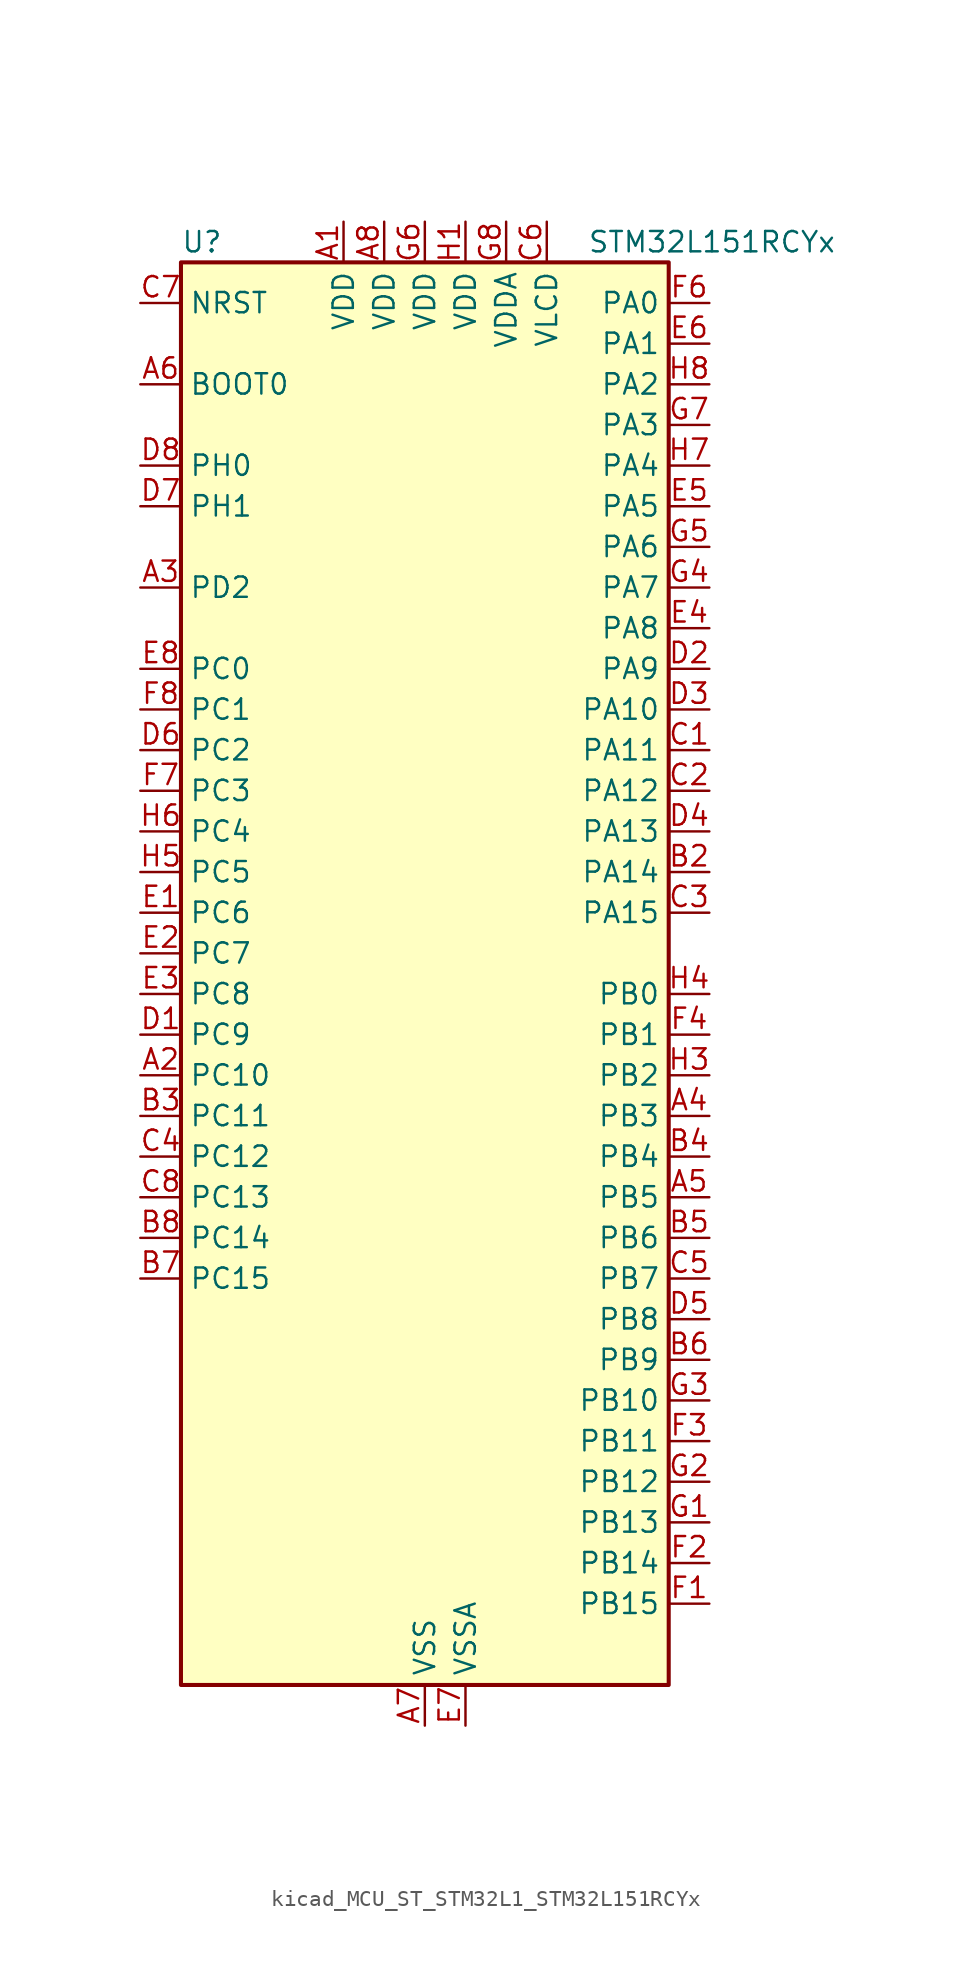
<source format=kicad_sym>
(kicad_symbol_lib
  (version 20220914)
  (generator kicad_symbol_editor)
  (symbol "kicad_MCU_ST_STM32L1_STM32L151RCYx"
    (property "Reference" "U"
      (at -15.24 46.99 0)
      (effects (font (size 1.27 1.27)) (justify left)))
    (property "Value" "STM32L151RCYx"
      (at 10.16 46.99 0)
      (effects (font (size 1.27 1.27)) (justify left)))
    (property "ki_locked" ""
      (at 0 0 0)
      (effects (font (size 1.27 1.27))))
    (symbol "kicad_MCU_ST_STM32L1_STM32L151RCYx_0_1"
      (rectangle (start -15.24 -43.18) (end 15.24 45.72) (stroke (width 0.254) (type default)) (fill (type background))))
    (symbol "kicad_MCU_ST_STM32L1_STM32L151RCYx_1_1"
      (pin power_in line (at -5.08 48.26 270) (length 2.54) (name "VDD" (effects (font (size 1.27 1.27)))) (number "A1" (effects (font (size 1.27 1.27)))))
      (pin bidirectional line (at -17.78 -5.08 0) (length 2.54) (name "PC10" (effects (font (size 1.27 1.27)))) (number "A2" (effects (font (size 1.27 1.27)))) (alternate "I2S3_CK" bidirectional line) (alternate "SPI3_SCK" bidirectional line) (alternate "TIMX_IC3" bidirectional line) (alternate "USART3_TX" bidirectional line))
      (pin bidirectional line (at -17.78 25.4 0) (length 2.54) (name "PD2" (effects (font (size 1.27 1.27)))) (number "A3" (effects (font (size 1.27 1.27)))) (alternate "TIM3_ETR" bidirectional line) (alternate "TIMX_IC3" bidirectional line))
      (pin bidirectional line (at 17.78 -7.62 180) (length 2.54) (name "PB3" (effects (font (size 1.27 1.27)))) (number "A4" (effects (font (size 1.27 1.27)))) (alternate "COMP2_INM" bidirectional line) (alternate "I2S3_CK" bidirectional line) (alternate "SPI1_SCK" bidirectional line) (alternate "SPI3_SCK" bidirectional line) (alternate "SYS_JTDO-TRACESWO" bidirectional line) (alternate "TIM2_CH2" bidirectional line))
      (pin bidirectional line (at 17.78 -12.7 180) (length 2.54) (name "PB5" (effects (font (size 1.27 1.27)))) (number "A5" (effects (font (size 1.27 1.27)))) (alternate "COMP2_INP" bidirectional line) (alternate "I2C1_SMBA" bidirectional line) (alternate "I2S3_SD" bidirectional line) (alternate "SPI1_MOSI" bidirectional line) (alternate "SPI3_MOSI" bidirectional line) (alternate "TIM3_CH2" bidirectional line) (alternate "TS_G6_IO2" bidirectional line))
      (pin input line (at -17.78 38.1 0) (length 2.54) (name "BOOT0" (effects (font (size 1.27 1.27)))) (number "A6" (effects (font (size 1.27 1.27)))))
      (pin power_in line (at 0 -45.72 90) (length 2.54) (name "VSS" (effects (font (size 1.27 1.27)))) (number "A7" (effects (font (size 1.27 1.27)))))
      (pin power_in line (at -2.54 48.26 270) (length 2.54) (name "VDD" (effects (font (size 1.27 1.27)))) (number "A8" (effects (font (size 1.27 1.27)))))
      (pin passive line (at 0 -45.72 90) (length 2.54) hide (name "VSS" (effects (font (size 1.27 1.27)))) (number "B1" (effects (font (size 1.27 1.27)))))
      (pin bidirectional line (at 17.78 7.62 180) (length 2.54) (name "PA14" (effects (font (size 1.27 1.27)))) (number "B2" (effects (font (size 1.27 1.27)))) (alternate "SYS_JTCK-SWCLK" bidirectional line) (alternate "TIMX_IC3" bidirectional line) (alternate "TS_G5_IO2" bidirectional line))
      (pin bidirectional line (at -17.78 -7.62 0) (length 2.54) (name "PC11" (effects (font (size 1.27 1.27)))) (number "B3" (effects (font (size 1.27 1.27)))) (alternate "ADC_EXTI11" bidirectional line) (alternate "SPI3_MISO" bidirectional line) (alternate "TIMX_IC4" bidirectional line) (alternate "USART3_RX" bidirectional line))
      (pin bidirectional line (at 17.78 -10.16 180) (length 2.54) (name "PB4" (effects (font (size 1.27 1.27)))) (number "B4" (effects (font (size 1.27 1.27)))) (alternate "COMP2_INP" bidirectional line) (alternate "SPI1_MISO" bidirectional line) (alternate "SPI3_MISO" bidirectional line) (alternate "SYS_JTRST" bidirectional line) (alternate "TIM3_CH1" bidirectional line) (alternate "TS_G6_IO1" bidirectional line))
      (pin bidirectional line (at 17.78 -15.24 180) (length 2.54) (name "PB6" (effects (font (size 1.27 1.27)))) (number "B5" (effects (font (size 1.27 1.27)))) (alternate "COMP2_INP" bidirectional line) (alternate "I2C1_SCL" bidirectional line) (alternate "TIM4_CH1" bidirectional line) (alternate "TS_G6_IO3" bidirectional line) (alternate "USART1_TX" bidirectional line))
      (pin bidirectional line (at 17.78 -22.86 180) (length 2.54) (name "PB9" (effects (font (size 1.27 1.27)))) (number "B6" (effects (font (size 1.27 1.27)))) (alternate "DAC_EXTI9" bidirectional line) (alternate "I2C1_SDA" bidirectional line) (alternate "TIM11_CH1" bidirectional line) (alternate "TIM4_CH4" bidirectional line))
      (pin bidirectional line (at -17.78 -17.78 0) (length 2.54) (name "PC15" (effects (font (size 1.27 1.27)))) (number "B7" (effects (font (size 1.27 1.27)))) (alternate "ADC_EXTI15" bidirectional line) (alternate "RCC_OSC32_OUT" bidirectional line) (alternate "TIMX_IC4" bidirectional line))
      (pin bidirectional line (at -17.78 -15.24 0) (length 2.54) (name "PC14" (effects (font (size 1.27 1.27)))) (number "B8" (effects (font (size 1.27 1.27)))) (alternate "RCC_OSC32_IN" bidirectional line) (alternate "TIMX_IC3" bidirectional line))
      (pin bidirectional line (at 17.78 15.24 180) (length 2.54) (name "PA11" (effects (font (size 1.27 1.27)))) (number "C1" (effects (font (size 1.27 1.27)))) (alternate "ADC_EXTI11" bidirectional line) (alternate "SPI1_MISO" bidirectional line) (alternate "TIMX_IC4" bidirectional line) (alternate "USART1_CTS" bidirectional line) (alternate "USB_DM" bidirectional line))
      (pin bidirectional line (at 17.78 12.7 180) (length 2.54) (name "PA12" (effects (font (size 1.27 1.27)))) (number "C2" (effects (font (size 1.27 1.27)))) (alternate "SPI1_MOSI" bidirectional line) (alternate "TIMX_IC1" bidirectional line) (alternate "USART1_RTS" bidirectional line) (alternate "USB_DP" bidirectional line))
      (pin bidirectional line (at 17.78 5.08 180) (length 2.54) (name "PA15" (effects (font (size 1.27 1.27)))) (number "C3" (effects (font (size 1.27 1.27)))) (alternate "ADC_EXTI15" bidirectional line) (alternate "I2S3_WS" bidirectional line) (alternate "SPI1_NSS" bidirectional line) (alternate "SPI3_NSS" bidirectional line) (alternate "SYS_JTDI" bidirectional line) (alternate "TIM2_CH1" bidirectional line) (alternate "TIM2_ETR" bidirectional line) (alternate "TIMX_IC4" bidirectional line) (alternate "TS_G5_IO3" bidirectional line))
      (pin bidirectional line (at -17.78 -10.16 0) (length 2.54) (name "PC12" (effects (font (size 1.27 1.27)))) (number "C4" (effects (font (size 1.27 1.27)))) (alternate "I2S3_SD" bidirectional line) (alternate "SPI3_MOSI" bidirectional line) (alternate "TIMX_IC1" bidirectional line) (alternate "USART3_CK" bidirectional line))
      (pin bidirectional line (at 17.78 -17.78 180) (length 2.54) (name "PB7" (effects (font (size 1.27 1.27)))) (number "C5" (effects (font (size 1.27 1.27)))) (alternate "COMP2_INP" bidirectional line) (alternate "I2C1_SDA" bidirectional line) (alternate "SYS_PVD_IN" bidirectional line) (alternate "TIM4_CH2" bidirectional line) (alternate "TS_G6_IO4" bidirectional line) (alternate "USART1_RX" bidirectional line))
      (pin power_in line (at 7.62 48.26 270) (length 2.54) (name "VLCD" (effects (font (size 1.27 1.27)))) (number "C6" (effects (font (size 1.27 1.27)))))
      (pin input line (at -17.78 43.18 0) (length 2.54) (name "NRST" (effects (font (size 1.27 1.27)))) (number "C7" (effects (font (size 1.27 1.27)))))
      (pin bidirectional line (at -17.78 -12.7 0) (length 2.54) (name "PC13" (effects (font (size 1.27 1.27)))) (number "C8" (effects (font (size 1.27 1.27)))) (alternate "RTC_OUT_ALARM" bidirectional line) (alternate "RTC_OUT_CALIB" bidirectional line) (alternate "RTC_TAMP1" bidirectional line) (alternate "RTC_TS" bidirectional line) (alternate "SYS_WKUP2" bidirectional line) (alternate "TIMX_IC2" bidirectional line))
      (pin bidirectional line (at -17.78 -2.54 0) (length 2.54) (name "PC9" (effects (font (size 1.27 1.27)))) (number "D1" (effects (font (size 1.27 1.27)))) (alternate "DAC_EXTI9" bidirectional line) (alternate "TIM3_CH4" bidirectional line) (alternate "TIMX_IC2" bidirectional line) (alternate "TS_G10_IO4" bidirectional line))
      (pin bidirectional line (at 17.78 20.32 180) (length 2.54) (name "PA9" (effects (font (size 1.27 1.27)))) (number "D2" (effects (font (size 1.27 1.27)))) (alternate "DAC_EXTI9" bidirectional line) (alternate "TIMX_IC2" bidirectional line) (alternate "TS_G4_IO2" bidirectional line) (alternate "USART1_TX" bidirectional line))
      (pin bidirectional line (at 17.78 17.78 180) (length 2.54) (name "PA10" (effects (font (size 1.27 1.27)))) (number "D3" (effects (font (size 1.27 1.27)))) (alternate "TIMX_IC3" bidirectional line) (alternate "TS_G4_IO3" bidirectional line) (alternate "USART1_RX" bidirectional line))
      (pin bidirectional line (at 17.78 10.16 180) (length 2.54) (name "PA13" (effects (font (size 1.27 1.27)))) (number "D4" (effects (font (size 1.27 1.27)))) (alternate "SYS_JTMS-SWDIO" bidirectional line) (alternate "TIMX_IC2" bidirectional line) (alternate "TS_G5_IO1" bidirectional line))
      (pin bidirectional line (at 17.78 -20.32 180) (length 2.54) (name "PB8" (effects (font (size 1.27 1.27)))) (number "D5" (effects (font (size 1.27 1.27)))) (alternate "I2C1_SCL" bidirectional line) (alternate "TIM10_CH1" bidirectional line) (alternate "TIM4_CH3" bidirectional line))
      (pin bidirectional line (at -17.78 15.24 0) (length 2.54) (name "PC2" (effects (font (size 1.27 1.27)))) (number "D6" (effects (font (size 1.27 1.27)))) (alternate "ADC_IN12" bidirectional line) (alternate "COMP1_INP" bidirectional line) (alternate "TIMX_IC3" bidirectional line) (alternate "TS_G8_IO3" bidirectional line))
      (pin bidirectional line (at -17.78 30.48 0) (length 2.54) (name "PH1" (effects (font (size 1.27 1.27)))) (number "D7" (effects (font (size 1.27 1.27)))) (alternate "RCC_OSC_OUT" bidirectional line))
      (pin bidirectional line (at -17.78 33.02 0) (length 2.54) (name "PH0" (effects (font (size 1.27 1.27)))) (number "D8" (effects (font (size 1.27 1.27)))) (alternate "RCC_OSC_IN" bidirectional line))
      (pin bidirectional line (at -17.78 5.08 0) (length 2.54) (name "PC6" (effects (font (size 1.27 1.27)))) (number "E1" (effects (font (size 1.27 1.27)))) (alternate "I2S2_MCK" bidirectional line) (alternate "TIM3_CH1" bidirectional line) (alternate "TIMX_IC3" bidirectional line) (alternate "TS_G10_IO1" bidirectional line))
      (pin bidirectional line (at -17.78 2.54 0) (length 2.54) (name "PC7" (effects (font (size 1.27 1.27)))) (number "E2" (effects (font (size 1.27 1.27)))) (alternate "I2S3_MCK" bidirectional line) (alternate "TIM3_CH2" bidirectional line) (alternate "TIMX_IC4" bidirectional line) (alternate "TS_G10_IO2" bidirectional line))
      (pin bidirectional line (at -17.78 0 0) (length 2.54) (name "PC8" (effects (font (size 1.27 1.27)))) (number "E3" (effects (font (size 1.27 1.27)))) (alternate "TIM3_CH3" bidirectional line) (alternate "TIMX_IC1" bidirectional line) (alternate "TS_G10_IO3" bidirectional line))
      (pin bidirectional line (at 17.78 22.86 180) (length 2.54) (name "PA8" (effects (font (size 1.27 1.27)))) (number "E4" (effects (font (size 1.27 1.27)))) (alternate "RCC_MCO" bidirectional line) (alternate "TIMX_IC1" bidirectional line) (alternate "TS_G4_IO1" bidirectional line) (alternate "USART1_CK" bidirectional line))
      (pin bidirectional line (at 17.78 30.48 180) (length 2.54) (name "PA5" (effects (font (size 1.27 1.27)))) (number "E5" (effects (font (size 1.27 1.27)))) (alternate "ADC_IN5" bidirectional line) (alternate "COMP1_INP" bidirectional line) (alternate "DAC_OUT2" bidirectional line) (alternate "SPI1_SCK" bidirectional line) (alternate "TIM2_CH1" bidirectional line) (alternate "TIM2_ETR" bidirectional line) (alternate "TIMX_IC2" bidirectional line))
      (pin bidirectional line (at 17.78 40.64 180) (length 2.54) (name "PA1" (effects (font (size 1.27 1.27)))) (number "E6" (effects (font (size 1.27 1.27)))) (alternate "ADC_IN1" bidirectional line) (alternate "COMP1_INP" bidirectional line) (alternate "OPAMP1_VINP" bidirectional line) (alternate "TIM2_CH2" bidirectional line) (alternate "TIM5_CH2" bidirectional line) (alternate "TIMX_IC2" bidirectional line) (alternate "TS_G1_IO2" bidirectional line) (alternate "USART2_RTS" bidirectional line))
      (pin power_in line (at 2.54 -45.72 90) (length 2.54) (name "VSSA" (effects (font (size 1.27 1.27)))) (number "E7" (effects (font (size 1.27 1.27)))))
      (pin bidirectional line (at -17.78 20.32 0) (length 2.54) (name "PC0" (effects (font (size 1.27 1.27)))) (number "E8" (effects (font (size 1.27 1.27)))) (alternate "ADC_IN10" bidirectional line) (alternate "COMP1_INP" bidirectional line) (alternate "TIMX_IC1" bidirectional line) (alternate "TS_G8_IO1" bidirectional line))
      (pin bidirectional line (at 17.78 -38.1 180) (length 2.54) (name "PB15" (effects (font (size 1.27 1.27)))) (number "F1" (effects (font (size 1.27 1.27)))) (alternate "ADC_EXTI15" bidirectional line) (alternate "ADC_IN21" bidirectional line) (alternate "COMP1_INP" bidirectional line) (alternate "I2S2_SD" bidirectional line) (alternate "RTC_REFIN" bidirectional line) (alternate "SPI2_MOSI" bidirectional line) (alternate "TIM11_CH1" bidirectional line) (alternate "TS_G7_IO4" bidirectional line))
      (pin bidirectional line (at 17.78 -35.56 180) (length 2.54) (name "PB14" (effects (font (size 1.27 1.27)))) (number "F2" (effects (font (size 1.27 1.27)))) (alternate "ADC_IN20" bidirectional line) (alternate "COMP1_INP" bidirectional line) (alternate "SPI2_MISO" bidirectional line) (alternate "TIM9_CH2" bidirectional line) (alternate "TS_G7_IO3" bidirectional line) (alternate "USART3_RTS" bidirectional line))
      (pin bidirectional line (at 17.78 -27.94 180) (length 2.54) (name "PB11" (effects (font (size 1.27 1.27)))) (number "F3" (effects (font (size 1.27 1.27)))) (alternate "ADC_EXTI11" bidirectional line) (alternate "I2C2_SDA" bidirectional line) (alternate "TIM2_CH4" bidirectional line) (alternate "USART3_RX" bidirectional line))
      (pin bidirectional line (at 17.78 -2.54 180) (length 2.54) (name "PB1" (effects (font (size 1.27 1.27)))) (number "F4" (effects (font (size 1.27 1.27)))) (alternate "ADC_IN9" bidirectional line) (alternate "COMP1_INP" bidirectional line) (alternate "SYS_V_REF_OUT" bidirectional line) (alternate "TIM3_CH4" bidirectional line) (alternate "TS_G3_IO2" bidirectional line))
      (pin passive line (at 0 -45.72 90) (length 2.54) hide (name "VSS" (effects (font (size 1.27 1.27)))) (number "F5" (effects (font (size 1.27 1.27)))))
      (pin bidirectional line (at 17.78 43.18 180) (length 2.54) (name "PA0" (effects (font (size 1.27 1.27)))) (number "F6" (effects (font (size 1.27 1.27)))) (alternate "ADC_IN0" bidirectional line) (alternate "COMP1_INP" bidirectional line) (alternate "RTC_TAMP2" bidirectional line) (alternate "SYS_WKUP1" bidirectional line) (alternate "TIM2_CH1" bidirectional line) (alternate "TIM2_ETR" bidirectional line) (alternate "TIM5_CH1" bidirectional line) (alternate "TIMX_IC1" bidirectional line) (alternate "TS_G1_IO1" bidirectional line) (alternate "USART2_CTS" bidirectional line))
      (pin bidirectional line (at -17.78 12.7 0) (length 2.54) (name "PC3" (effects (font (size 1.27 1.27)))) (number "F7" (effects (font (size 1.27 1.27)))) (alternate "ADC_IN13" bidirectional line) (alternate "COMP1_INP" bidirectional line) (alternate "TIMX_IC4" bidirectional line) (alternate "TS_G8_IO4" bidirectional line))
      (pin bidirectional line (at -17.78 17.78 0) (length 2.54) (name "PC1" (effects (font (size 1.27 1.27)))) (number "F8" (effects (font (size 1.27 1.27)))) (alternate "ADC_IN11" bidirectional line) (alternate "COMP1_INP" bidirectional line) (alternate "TIMX_IC2" bidirectional line) (alternate "TS_G8_IO2" bidirectional line))
      (pin bidirectional line (at 17.78 -33.02 180) (length 2.54) (name "PB13" (effects (font (size 1.27 1.27)))) (number "G1" (effects (font (size 1.27 1.27)))) (alternate "ADC_IN19" bidirectional line) (alternate "COMP1_INP" bidirectional line) (alternate "I2S2_CK" bidirectional line) (alternate "SPI2_SCK" bidirectional line) (alternate "TIM9_CH1" bidirectional line) (alternate "TS_G7_IO2" bidirectional line) (alternate "USART3_CTS" bidirectional line))
      (pin bidirectional line (at 17.78 -30.48 180) (length 2.54) (name "PB12" (effects (font (size 1.27 1.27)))) (number "G2" (effects (font (size 1.27 1.27)))) (alternate "ADC_IN18" bidirectional line) (alternate "COMP1_INP" bidirectional line) (alternate "I2C2_SMBA" bidirectional line) (alternate "I2S2_WS" bidirectional line) (alternate "SPI2_NSS" bidirectional line) (alternate "TIM10_CH1" bidirectional line) (alternate "TS_G7_IO1" bidirectional line) (alternate "USART3_CK" bidirectional line))
      (pin bidirectional line (at 17.78 -25.4 180) (length 2.54) (name "PB10" (effects (font (size 1.27 1.27)))) (number "G3" (effects (font (size 1.27 1.27)))) (alternate "I2C2_SCL" bidirectional line) (alternate "TIM2_CH3" bidirectional line) (alternate "USART3_TX" bidirectional line))
      (pin bidirectional line (at 17.78 25.4 180) (length 2.54) (name "PA7" (effects (font (size 1.27 1.27)))) (number "G4" (effects (font (size 1.27 1.27)))) (alternate "ADC_IN7" bidirectional line) (alternate "COMP1_INP" bidirectional line) (alternate "OPAMP2_VINM" bidirectional line) (alternate "SPI1_MOSI" bidirectional line) (alternate "TIM11_CH1" bidirectional line) (alternate "TIM3_CH2" bidirectional line) (alternate "TIMX_IC4" bidirectional line) (alternate "TS_G2_IO2" bidirectional line))
      (pin bidirectional line (at 17.78 27.94 180) (length 2.54) (name "PA6" (effects (font (size 1.27 1.27)))) (number "G5" (effects (font (size 1.27 1.27)))) (alternate "ADC_IN6" bidirectional line) (alternate "COMP1_INP" bidirectional line) (alternate "OPAMP2_VINP" bidirectional line) (alternate "SPI1_MISO" bidirectional line) (alternate "TIM10_CH1" bidirectional line) (alternate "TIM3_CH1" bidirectional line) (alternate "TIMX_IC3" bidirectional line) (alternate "TS_G2_IO1" bidirectional line))
      (pin power_in line (at 0 48.26 270) (length 2.54) (name "VDD" (effects (font (size 1.27 1.27)))) (number "G6" (effects (font (size 1.27 1.27)))))
      (pin bidirectional line (at 17.78 35.56 180) (length 2.54) (name "PA3" (effects (font (size 1.27 1.27)))) (number "G7" (effects (font (size 1.27 1.27)))) (alternate "ADC_IN3" bidirectional line) (alternate "COMP1_INP" bidirectional line) (alternate "OPAMP1_VOUT" bidirectional line) (alternate "TIM2_CH4" bidirectional line) (alternate "TIM5_CH4" bidirectional line) (alternate "TIM9_CH2" bidirectional line) (alternate "TIMX_IC4" bidirectional line) (alternate "TS_G1_IO4" bidirectional line) (alternate "USART2_RX" bidirectional line))
      (pin power_in line (at 5.08 48.26 270) (length 2.54) (name "VDDA" (effects (font (size 1.27 1.27)))) (number "G8" (effects (font (size 1.27 1.27)))))
      (pin power_in line (at 2.54 48.26 270) (length 2.54) (name "VDD" (effects (font (size 1.27 1.27)))) (number "H1" (effects (font (size 1.27 1.27)))))
      (pin passive line (at 0 -45.72 90) (length 2.54) hide (name "VSS" (effects (font (size 1.27 1.27)))) (number "H2" (effects (font (size 1.27 1.27)))))
      (pin bidirectional line (at 17.78 -5.08 180) (length 2.54) (name "PB2" (effects (font (size 1.27 1.27)))) (number "H3" (effects (font (size 1.27 1.27)))) (alternate "TS_G3_IO3" bidirectional line))
      (pin bidirectional line (at 17.78 0 180) (length 2.54) (name "PB0" (effects (font (size 1.27 1.27)))) (number "H4" (effects (font (size 1.27 1.27)))) (alternate "ADC_IN8" bidirectional line) (alternate "COMP1_INP" bidirectional line) (alternate "OPAMP2_VOUT" bidirectional line) (alternate "SYS_V_REF_OUT" bidirectional line) (alternate "TIM3_CH3" bidirectional line) (alternate "TS_G3_IO1" bidirectional line))
      (pin bidirectional line (at -17.78 7.62 0) (length 2.54) (name "PC5" (effects (font (size 1.27 1.27)))) (number "H5" (effects (font (size 1.27 1.27)))) (alternate "ADC_IN15" bidirectional line) (alternate "COMP1_INP" bidirectional line) (alternate "TIMX_IC2" bidirectional line) (alternate "TS_G9_IO2" bidirectional line))
      (pin bidirectional line (at -17.78 10.16 0) (length 2.54) (name "PC4" (effects (font (size 1.27 1.27)))) (number "H6" (effects (font (size 1.27 1.27)))) (alternate "ADC_IN14" bidirectional line) (alternate "COMP1_INP" bidirectional line) (alternate "TIMX_IC1" bidirectional line) (alternate "TS_G9_IO1" bidirectional line))
      (pin bidirectional line (at 17.78 33.02 180) (length 2.54) (name "PA4" (effects (font (size 1.27 1.27)))) (number "H7" (effects (font (size 1.27 1.27)))) (alternate "ADC_IN4" bidirectional line) (alternate "COMP1_INP" bidirectional line) (alternate "DAC_OUT1" bidirectional line) (alternate "I2S3_WS" bidirectional line) (alternate "SPI1_NSS" bidirectional line) (alternate "SPI3_NSS" bidirectional line) (alternate "TIMX_IC1" bidirectional line) (alternate "USART2_CK" bidirectional line))
      (pin bidirectional line (at 17.78 38.1 180) (length 2.54) (name "PA2" (effects (font (size 1.27 1.27)))) (number "H8" (effects (font (size 1.27 1.27)))) (alternate "ADC_IN2" bidirectional line) (alternate "COMP1_INP" bidirectional line) (alternate "OPAMP1_VINM" bidirectional line) (alternate "TIM2_CH3" bidirectional line) (alternate "TIM5_CH3" bidirectional line) (alternate "TIM9_CH1" bidirectional line) (alternate "TIMX_IC3" bidirectional line) (alternate "TS_G1_IO3" bidirectional line) (alternate "USART2_TX" bidirectional line)))))
</source>
